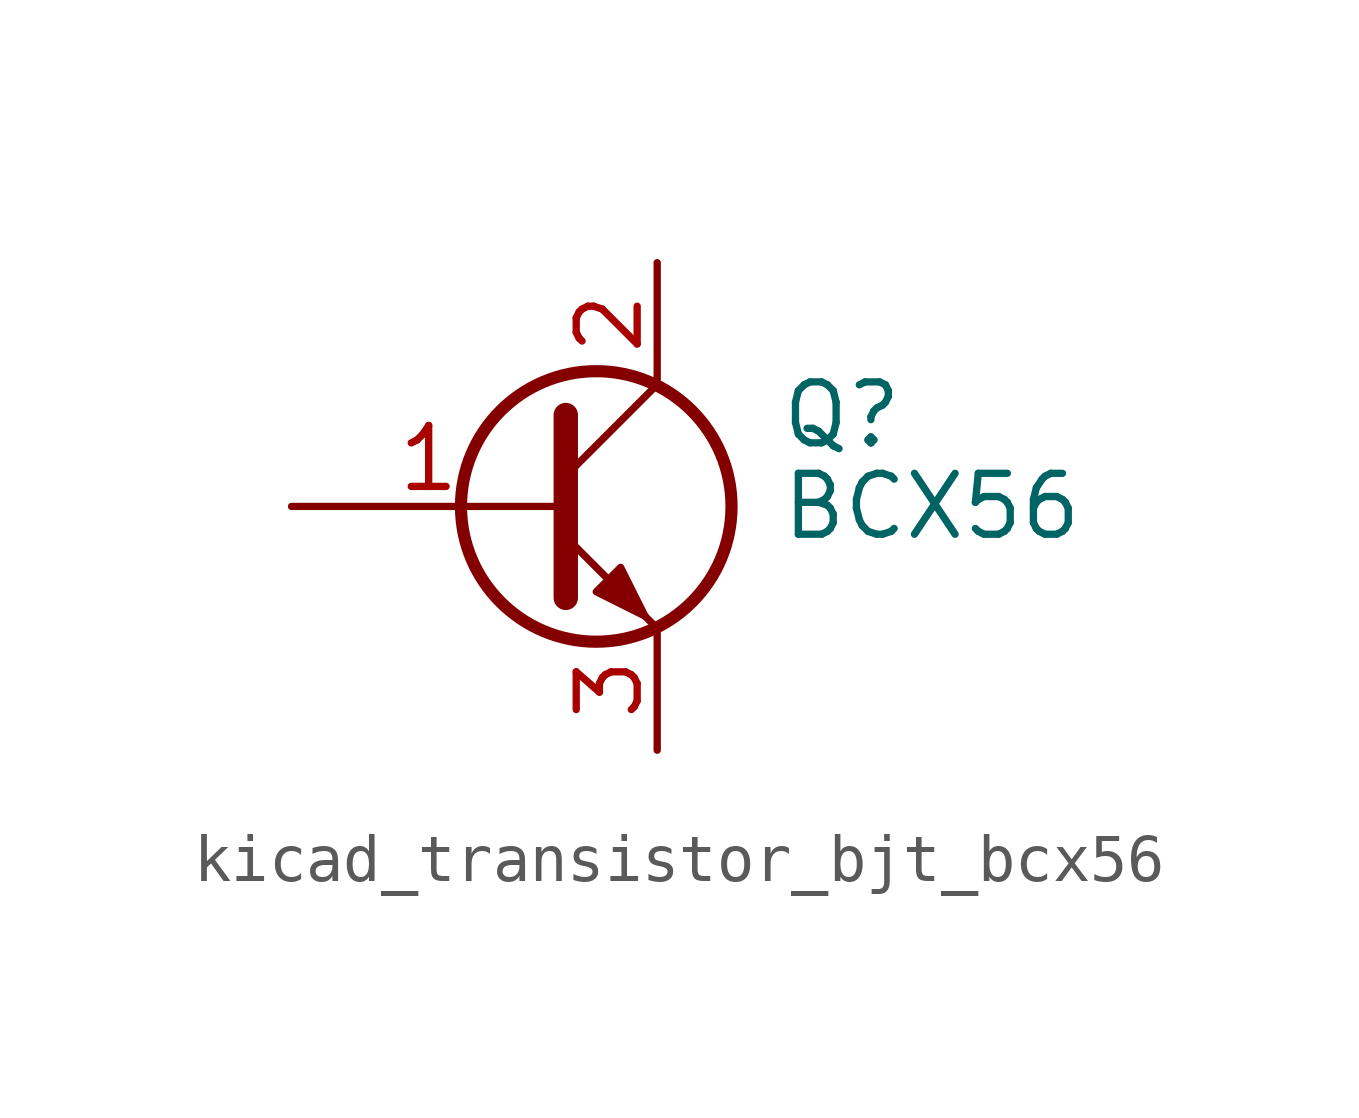
<source format=kicad_sym>
(kicad_symbol_lib
  (version 20220914)
  (generator kicad_symbol_editor)
  (symbol "kicad_transistor_bjt_bcx56"
    (pin_names
      (offset 0) hide)
    (property "Reference" "Q"
      (at 5.08 1.905 0)
      (effects (font (size 1.27 1.27)) (justify left)))
    (property "Value" "BCX56"
      (at 5.08 0 0)
      (effects (font (size 1.27 1.27)) (justify left)))
    (symbol "kicad_transistor_bjt_bcx56_0_1"
      (polyline (pts (xy 0.635 0.635) (xy 2.54 2.54)) (stroke (width 0) (type default)) (fill (type none)))
      (polyline (pts (xy 0.635 -0.635) (xy 2.54 -2.54) (xy 2.54 -2.54)) (stroke (width 0) (type default)) (fill (type none)))
      (polyline (pts (xy 0.635 1.905) (xy 0.635 -1.905) (xy 0.635 -1.905)) (stroke (width 0.508) (type default)) (fill (type none)))
      (polyline (pts (xy 1.27 -1.778) (xy 1.778 -1.27) (xy 2.286 -2.286) (xy 1.27 -1.778) (xy 1.27 -1.778)) (stroke (width 0) (type default)) (fill (type outline)))
      (circle (center 1.27 0) (radius 2.819) (stroke (width 0.254) (type default)) (fill (type none))))
    (symbol "kicad_transistor_bjt_bcx56_1_1"
      (pin input line (at -5.08 0 0) (length 5.715) (name "B" (effects (font (size 1.27 1.27)))) (number "1" (effects (font (size 1.27 1.27)))))
      (pin passive line (at 2.54 5.08 270) (length 2.54) (name "C" (effects (font (size 1.27 1.27)))) (number "2" (effects (font (size 1.27 1.27)))))
      (pin passive line (at 2.54 -5.08 90) (length 2.54) (name "E" (effects (font (size 1.27 1.27)))) (number "3" (effects (font (size 1.27 1.27))))))))
</source>
